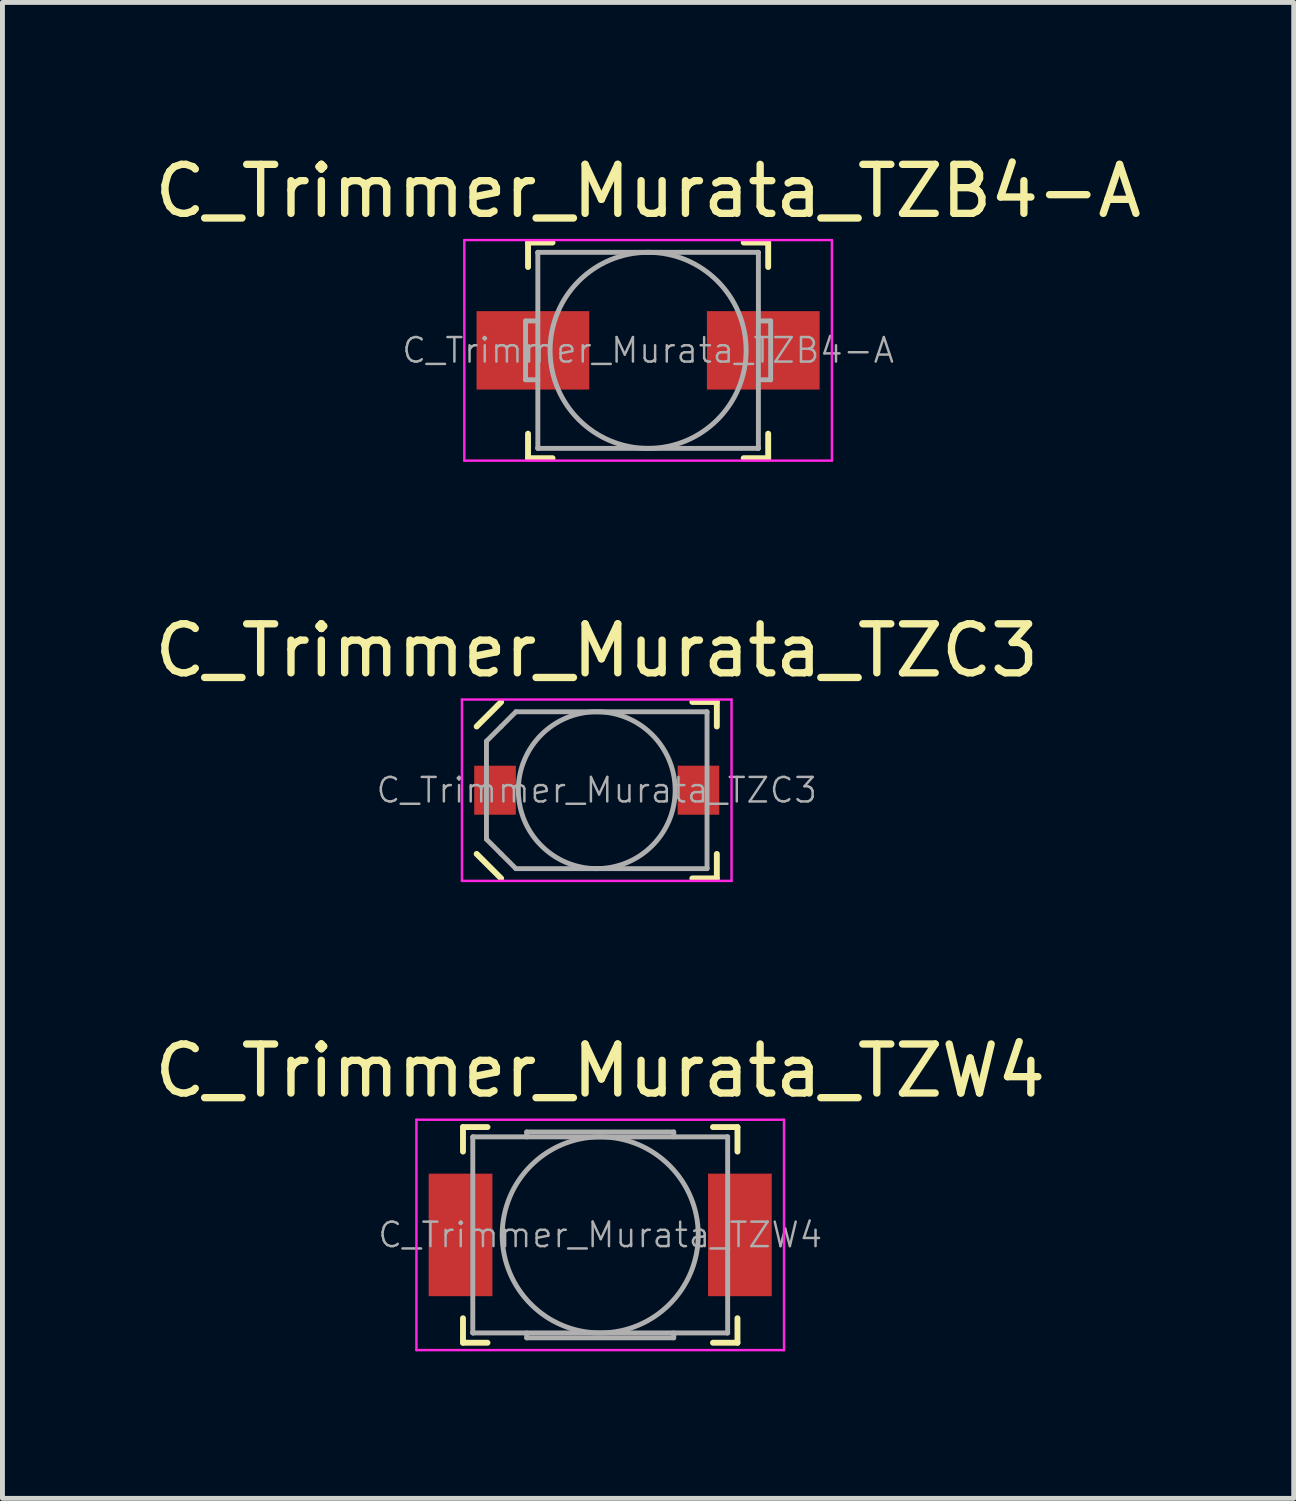
<source format=kicad_pcb>
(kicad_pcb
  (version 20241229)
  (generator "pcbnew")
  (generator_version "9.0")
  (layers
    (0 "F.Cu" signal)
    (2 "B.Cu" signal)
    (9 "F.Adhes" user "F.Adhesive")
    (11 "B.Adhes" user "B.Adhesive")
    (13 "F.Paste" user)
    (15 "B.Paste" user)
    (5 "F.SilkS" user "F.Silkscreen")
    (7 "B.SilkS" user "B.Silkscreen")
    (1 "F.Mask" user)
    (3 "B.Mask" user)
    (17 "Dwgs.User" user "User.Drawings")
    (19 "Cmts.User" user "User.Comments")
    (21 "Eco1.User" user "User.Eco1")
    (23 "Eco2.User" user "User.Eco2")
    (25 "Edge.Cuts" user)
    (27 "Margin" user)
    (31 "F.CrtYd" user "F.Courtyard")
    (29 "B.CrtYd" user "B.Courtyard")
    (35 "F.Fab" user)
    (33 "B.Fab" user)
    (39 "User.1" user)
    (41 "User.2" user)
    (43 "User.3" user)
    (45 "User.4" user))
  (footprint "C_Trimmer_Murata_TZC3"
    (layer "F.Cu")
    (at 9.125 13.072)
    (property "Reference" "C_Trimmer_Murata_TZC3" (at 0 -2.85 0) (layer "F.SilkS") (effects (font (size 1 1) (thickness 0.15))))
    (attr smd)
    (fp_line (start -2.45 -1.3) (end -1.95 -1.8) (stroke (width 0.12) (type solid)) (layer "F.SilkS"))
    (fp_line (start -2.45 1.3) (end -1.95 1.8) (stroke (width 0.12) (type solid)) (layer "F.SilkS"))
    (fp_line (start 2.45 -1.8) (end 1.95 -1.8) (stroke (width 0.12) (type solid)) (layer "F.SilkS"))
    (fp_line (start 2.45 -1.8) (end 2.45 -1.3) (stroke (width 0.12) (type solid)) (layer "F.SilkS"))
    (fp_line (start 2.45 1.8) (end 1.95 1.8) (stroke (width 0.12) (type solid)) (layer "F.SilkS"))
    (fp_line (start 2.45 1.8) (end 2.45 1.3) (stroke (width 0.12) (type solid)) (layer "F.SilkS"))
    (fp_line (start -2.75 -1.85) (end -2.75 1.85) (stroke (width 0.05) (type solid)) (layer "F.CrtYd"))
    (fp_line (start -2.75 1.85) (end 2.75 1.85) (stroke (width 0.05) (type solid)) (layer "F.CrtYd"))
    (fp_line (start 2.75 -1.85) (end -2.75 -1.85) (stroke (width 0.05) (type solid)) (layer "F.CrtYd"))
    (fp_line (start 2.75 1.85) (end 2.75 -1.85) (stroke (width 0.05) (type solid)) (layer "F.CrtYd"))
    (fp_line (start -2.25 -1) (end -1.95 -1.3) (stroke (width 0.1) (type solid)) (layer "F.Fab"))
    (fp_line (start -2.25 1) (end -2.25 -1) (stroke (width 0.1) (type solid)) (layer "F.Fab"))
    (fp_line (start -1.95 -1.3) (end -1.65 -1.6) (stroke (width 0.1) (type solid)) (layer "F.Fab"))
    (fp_line (start -1.95 1.3) (end -2.25 1) (stroke (width 0.1) (type solid)) (layer "F.Fab"))
    (fp_line (start -1.65 -1.6) (end 2.24 -1.6) (stroke (width 0.1) (type solid)) (layer "F.Fab"))
    (fp_line (start -1.65 1.6) (end -1.95 1.3) (stroke (width 0.1) (type solid)) (layer "F.Fab"))
    (fp_line (start 2.24 -1.6) (end 2.25 -1.6) (stroke (width 0.1) (type solid)) (layer "F.Fab"))
    (fp_line (start 2.24 1.6) (end -1.65 1.6) (stroke (width 0.1) (type solid)) (layer "F.Fab"))
    (fp_line (start 2.25 -1.6) (end 2.25 -1.59) (stroke (width 0.1) (type solid)) (layer "F.Fab"))
    (fp_line (start 2.25 -1.59) (end 2.25 1.59) (stroke (width 0.1) (type solid)) (layer "F.Fab"))
    (fp_line (start 2.25 1.59) (end 2.25 1.6) (stroke (width 0.1) (type solid)) (layer "F.Fab"))
    (fp_line (start 2.25 1.6) (end 2.24 1.6) (stroke (width 0.1) (type solid)) (layer "F.Fab"))
    (fp_circle (center 0 0) (end 1.6 0) (stroke (width 0.1) (type solid)) (fill no) (layer "F.Fab"))
    (fp_text user "${REFERENCE}" (at 0 0 0) (layer "F.Fab") (effects (font (size 0.5 0.5) (thickness 0.05))))
    (pad "1" smd rect (at -2.075 0) (size 0.85 1) (layers "F.Cu" "F.Mask" "F.Paste"))
    (pad "2" smd rect (at 2.075 0) (size 0.85 1) (layers "F.Cu" "F.Mask" "F.Paste")))
  (footprint "C_Trimmer_Murata_TZW4"
    (layer "F.Cu")
    (at 9.196 22.145)
    (property "Reference" "C_Trimmer_Murata_TZW4" (at 0 -3.35 0) (layer "F.SilkS") (effects (font (size 1 1) (thickness 0.15))))
    (attr smd)
    (fp_line (start -2.8 -2.2) (end -2.8 -1.7) (stroke (width 0.12) (type solid)) (layer "F.SilkS"))
    (fp_line (start -2.8 -2.2) (end -2.3 -2.2) (stroke (width 0.12) (type solid)) (layer "F.SilkS"))
    (fp_line (start -2.8 2.2) (end -2.8 1.7) (stroke (width 0.12) (type solid)) (layer "F.SilkS"))
    (fp_line (start -2.8 2.2) (end -2.3 2.2) (stroke (width 0.12) (type solid)) (layer "F.SilkS"))
    (fp_line (start 2.8 -2.2) (end 2.3 -2.2) (stroke (width 0.12) (type solid)) (layer "F.SilkS"))
    (fp_line (start 2.8 -2.2) (end 2.8 -1.7) (stroke (width 0.12) (type solid)) (layer "F.SilkS"))
    (fp_line (start 2.8 2.2) (end 2.3 2.2) (stroke (width 0.12) (type solid)) (layer "F.SilkS"))
    (fp_line (start 2.8 2.2) (end 2.8 1.7) (stroke (width 0.12) (type solid)) (layer "F.SilkS"))
    (fp_line (start -3.75 -2.35) (end -3.75 2.35) (stroke (width 0.05) (type solid)) (layer "F.CrtYd"))
    (fp_line (start -3.75 2.35) (end 3.75 2.35) (stroke (width 0.05) (type solid)) (layer "F.CrtYd"))
    (fp_line (start 3.75 -2.35) (end -3.75 -2.35) (stroke (width 0.05) (type solid)) (layer "F.CrtYd"))
    (fp_line (start 3.75 2.35) (end 3.75 -2.35) (stroke (width 0.05) (type solid)) (layer "F.CrtYd"))
    (fp_line (start -2.6 -2) (end -2.59 -2) (stroke (width 0.1) (type solid)) (layer "F.Fab"))
    (fp_line (start -2.6 -1.99) (end -2.6 -2) (stroke (width 0.1) (type solid)) (layer "F.Fab"))
    (fp_line (start -2.6 1.99) (end -2.6 -1.99) (stroke (width 0.1) (type solid)) (layer "F.Fab"))
    (fp_line (start -2.6 2) (end -2.6 1.99) (stroke (width 0.1) (type solid)) (layer "F.Fab"))
    (fp_line (start -2.59 -2) (end 2.59 -2) (stroke (width 0.1) (type solid)) (layer "F.Fab"))
    (fp_line (start -2.59 2) (end -2.6 2) (stroke (width 0.1) (type solid)) (layer "F.Fab"))
    (fp_line (start -1.5 -2.1) (end 1.5 -2.1) (stroke (width 0.1) (type solid)) (layer "F.Fab"))
    (fp_line (start -1.5 -2) (end -1.5 -2.1) (stroke (width 0.1) (type solid)) (layer "F.Fab"))
    (fp_line (start -1.5 2) (end -1.5 2.1) (stroke (width 0.1) (type solid)) (layer "F.Fab"))
    (fp_line (start -1.5 2.1) (end 1.5 2.1) (stroke (width 0.1) (type solid)) (layer "F.Fab"))
    (fp_line (start 1.5 -2.1) (end 1.5 -2) (stroke (width 0.1) (type solid)) (layer "F.Fab"))
    (fp_line (start 1.5 2.1) (end 1.5 2) (stroke (width 0.1) (type solid)) (layer "F.Fab"))
    (fp_line (start 2.59 -2) (end 2.6 -2) (stroke (width 0.1) (type solid)) (layer "F.Fab"))
    (fp_line (start 2.59 2) (end -2.59 2) (stroke (width 0.1) (type solid)) (layer "F.Fab"))
    (fp_line (start 2.6 -2) (end 2.6 -1.99) (stroke (width 0.1) (type solid)) (layer "F.Fab"))
    (fp_line (start 2.6 -1.99) (end 2.6 1.99) (stroke (width 0.1) (type solid)) (layer "F.Fab"))
    (fp_line (start 2.6 1.99) (end 2.6 2) (stroke (width 0.1) (type solid)) (layer "F.Fab"))
    (fp_line (start 2.6 2) (end 2.59 2) (stroke (width 0.1) (type solid)) (layer "F.Fab"))
    (fp_circle (center 0 0) (end 2 0) (stroke (width 0.1) (type solid)) (fill no) (layer "F.Fab"))
    (fp_text user "${REFERENCE}" (at 0 0 0) (layer "F.Fab") (effects (font (size 0.5 0.5) (thickness 0.05))))
    (pad "1" smd rect (at -2.85 0) (size 1.3 2.5) (layers "F.Cu" "F.Mask" "F.Paste"))
    (pad "2" smd rect (at 2.85 0) (size 1.3 2.5) (layers "F.Cu" "F.Mask" "F.Paste")))
  (footprint "C_Trimmer_Murata_TZB4-A"
    (layer "F.Cu")
    (at 10.173 4.098)
    (property "Reference" "C_Trimmer_Murata_TZB4-A" (at 0 -3.25 0) (layer "F.SilkS") (effects (font (size 1 1) (thickness 0.15))))
    (attr smd)
    (fp_line (start -2.45 -2.2) (end -2.45 -1.7) (stroke (width 0.12) (type solid)) (layer "F.SilkS"))
    (fp_line (start -2.45 -2.2) (end -1.95 -2.2) (stroke (width 0.12) (type solid)) (layer "F.SilkS"))
    (fp_line (start -2.45 2.2) (end -2.45 1.7) (stroke (width 0.12) (type solid)) (layer "F.SilkS"))
    (fp_line (start -2.45 2.2) (end -1.95 2.2) (stroke (width 0.12) (type solid)) (layer "F.SilkS"))
    (fp_line (start 2.45 -2.2) (end 1.95 -2.2) (stroke (width 0.12) (type solid)) (layer "F.SilkS"))
    (fp_line (start 2.45 -2.2) (end 2.45 -1.7) (stroke (width 0.12) (type solid)) (layer "F.SilkS"))
    (fp_line (start 2.45 2.2) (end 1.95 2.2) (stroke (width 0.12) (type solid)) (layer "F.SilkS"))
    (fp_line (start 2.45 2.2) (end 2.45 1.7) (stroke (width 0.12) (type solid)) (layer "F.SilkS"))
    (fp_line (start -3.75 -2.25) (end -3.75 2.25) (stroke (width 0.05) (type solid)) (layer "F.CrtYd"))
    (fp_line (start -3.75 2.25) (end 3.75 2.25) (stroke (width 0.05) (type solid)) (layer "F.CrtYd"))
    (fp_line (start 3.75 -2.25) (end -3.75 -2.25) (stroke (width 0.05) (type solid)) (layer "F.CrtYd"))
    (fp_line (start 3.75 2.25) (end 3.75 -2.25) (stroke (width 0.05) (type solid)) (layer "F.CrtYd"))
    (fp_line (start -2.5 -0.6) (end -2.5 0.6) (stroke (width 0.1) (type solid)) (layer "F.Fab"))
    (fp_line (start -2.5 0.6) (end -2.25 0.6) (stroke (width 0.1) (type solid)) (layer "F.Fab"))
    (fp_line (start -2.25 -2) (end -2.24 -2) (stroke (width 0.1) (type solid)) (layer "F.Fab"))
    (fp_line (start -2.25 -1.99) (end -2.25 -2) (stroke (width 0.1) (type solid)) (layer "F.Fab"))
    (fp_line (start -2.25 -0.6) (end -2.5 -0.6) (stroke (width 0.1) (type solid)) (layer "F.Fab"))
    (fp_line (start -2.25 1.99) (end -2.25 -1.99) (stroke (width 0.1) (type solid)) (layer "F.Fab"))
    (fp_line (start -2.25 2) (end -2.25 1.99) (stroke (width 0.1) (type solid)) (layer "F.Fab"))
    (fp_line (start -2.24 -2) (end 2.24 -2) (stroke (width 0.1) (type solid)) (layer "F.Fab"))
    (fp_line (start -2.24 2) (end -2.25 2) (stroke (width 0.1) (type solid)) (layer "F.Fab"))
    (fp_line (start 2.24 -2) (end 2.25 -2) (stroke (width 0.1) (type solid)) (layer "F.Fab"))
    (fp_line (start 2.24 2) (end -2.24 2) (stroke (width 0.1) (type solid)) (layer "F.Fab"))
    (fp_line (start 2.25 -2) (end 2.25 -1.99) (stroke (width 0.1) (type solid)) (layer "F.Fab"))
    (fp_line (start 2.25 -1.99) (end 2.25 1.99) (stroke (width 0.1) (type solid)) (layer "F.Fab"))
    (fp_line (start 2.25 -0.6) (end 2.5 -0.6) (stroke (width 0.1) (type solid)) (layer "F.Fab"))
    (fp_line (start 2.25 1.99) (end 2.25 2) (stroke (width 0.1) (type solid)) (layer "F.Fab"))
    (fp_line (start 2.25 2) (end 2.24 2) (stroke (width 0.1) (type solid)) (layer "F.Fab"))
    (fp_line (start 2.5 -0.6) (end 2.5 0.6) (stroke (width 0.1) (type solid)) (layer "F.Fab"))
    (fp_line (start 2.5 0.6) (end 2.25 0.6) (stroke (width 0.1) (type solid)) (layer "F.Fab"))
    (fp_circle (center 0 0) (end 2 0) (stroke (width 0.1) (type solid)) (fill no) (layer "F.Fab"))
    (fp_text user "${REFERENCE}" (at 0 0 0) (layer "F.Fab") (effects (font (size 0.5 0.5) (thickness 0.05))))
    (pad "1" smd rect (at -2.35 0) (size 2.3 1.6) (layers "F.Cu" "F.Mask" "F.Paste"))
    (pad "2" smd rect (at 2.35 0) (size 2.3 1.6) (layers "F.Cu" "F.Mask" "F.Paste")))
  (gr_rect
    (start -3 -3)
    (end 23.345 27.52)
    (stroke (width 0.1) (type default))
    (fill no)
    (layer "Edge.Cuts")))
</source>
